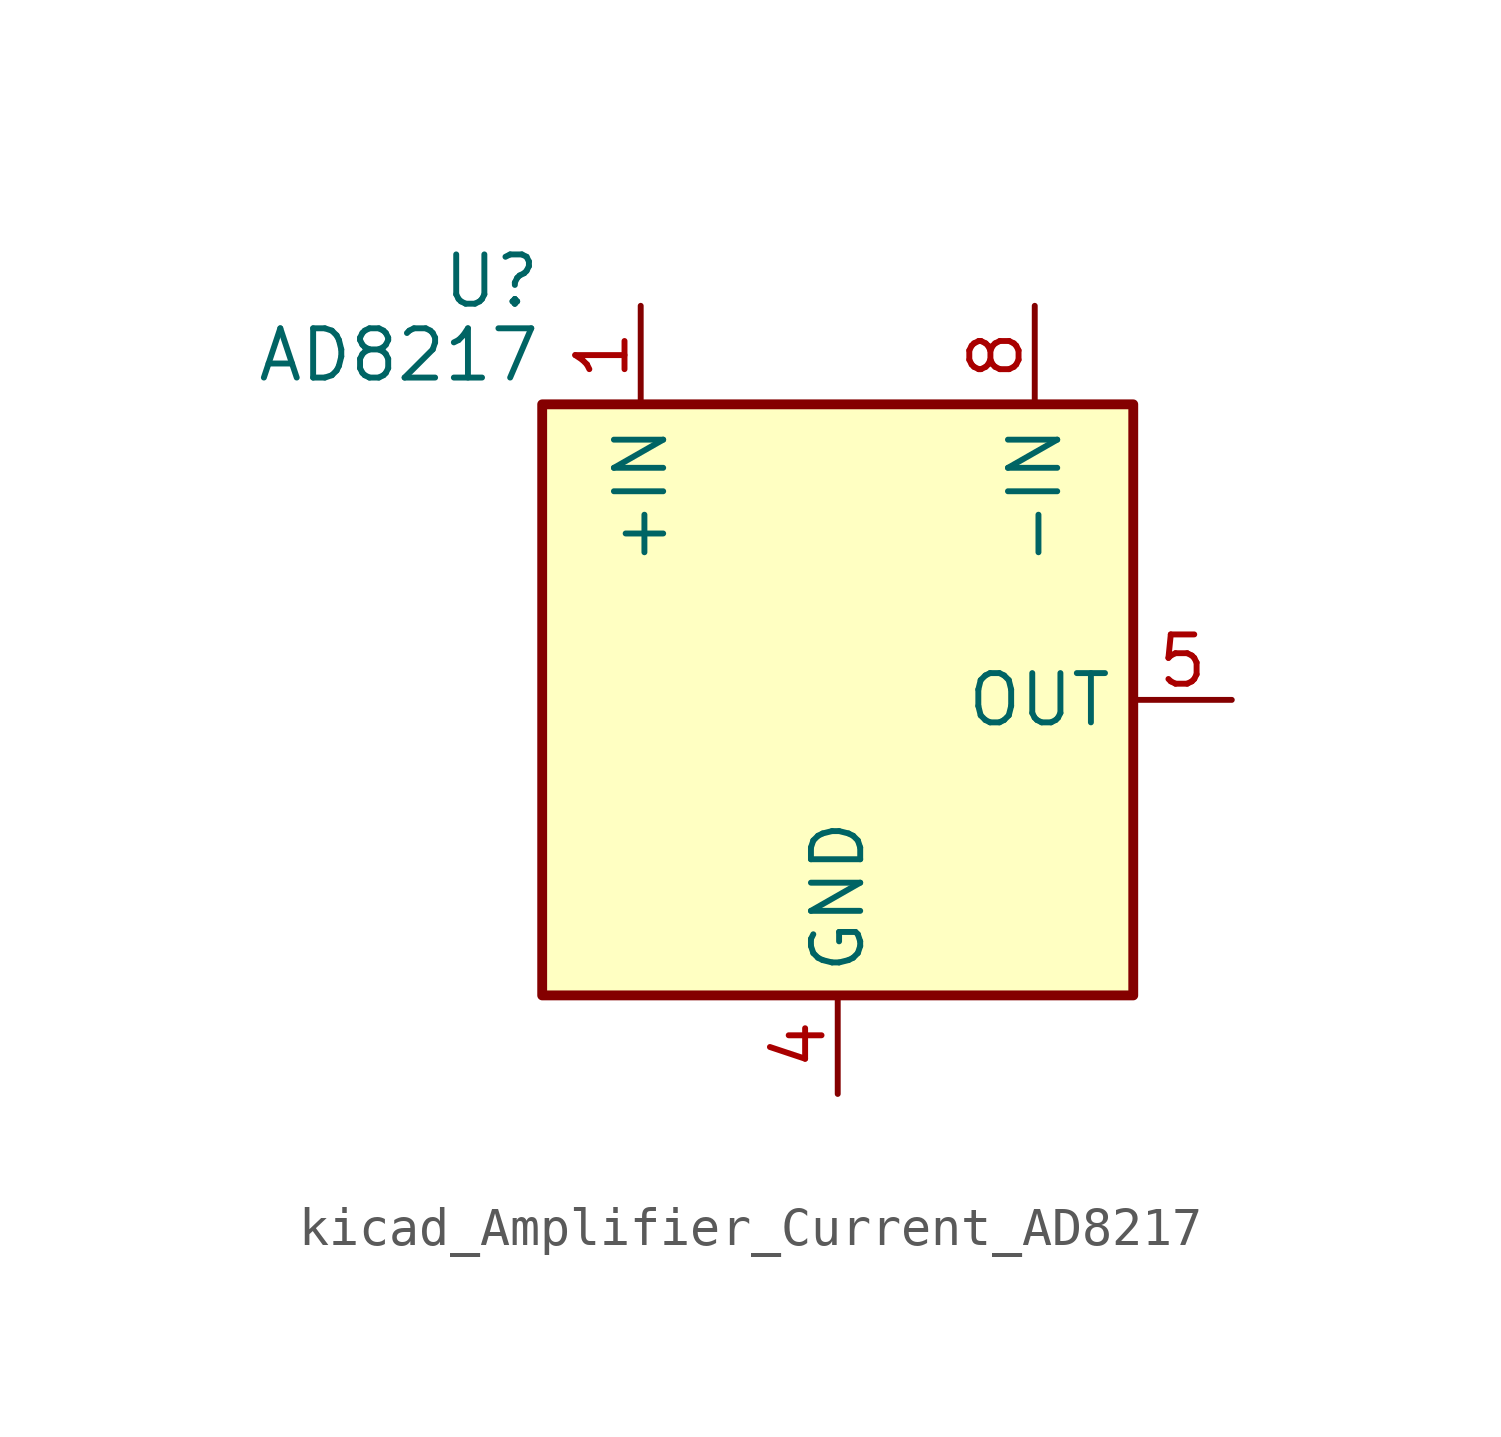
<source format=kicad_sym>
(kicad_symbol_lib
  (version 20220914)
  (generator kicad_symbol_editor)
  (symbol "kicad_Amplifier_Current_AD8217"
    (property "Reference" "U"
      (at -7.62 10.795 0)
      (effects (font (size 1.27 1.27)) (justify right)))
    (property "Value" "AD8217"
      (at -7.62 8.89 0)
      (effects (font (size 1.27 1.27)) (justify right)))
    (symbol "kicad_Amplifier_Current_AD8217_0_1"
      (rectangle (start -7.62 7.62) (end 7.62 -7.62) (stroke (width 0.254) (type default)) (fill (type background))))
    (symbol "kicad_Amplifier_Current_AD8217_1_1"
      (pin power_in line (at -5.08 10.16 270) (length 2.54) (name "+IN" (effects (font (size 1.27 1.27)))) (number "1" (effects (font (size 1.27 1.27)))))
      (pin no_connect line (at -5.08 -7.62 90) (length 2.54) hide (name "NC" (effects (font (size 1.27 1.27)))) (number "2" (effects (font (size 1.27 1.27)))))
      (pin no_connect line (at -2.54 -7.62 90) (length 2.54) hide (name "NC" (effects (font (size 1.27 1.27)))) (number "3" (effects (font (size 1.27 1.27)))))
      (pin power_in line (at 0 -10.16 90) (length 2.54) (name "GND" (effects (font (size 1.27 1.27)))) (number "4" (effects (font (size 1.27 1.27)))))
      (pin output line (at 10.16 0 180) (length 2.54) (name "OUT" (effects (font (size 1.27 1.27)))) (number "5" (effects (font (size 1.27 1.27)))))
      (pin no_connect line (at 2.54 -7.62 90) (length 2.54) hide (name "NC" (effects (font (size 1.27 1.27)))) (number "6" (effects (font (size 1.27 1.27)))))
      (pin no_connect line (at 5.08 -7.62 90) (length 2.54) hide (name "NC" (effects (font (size 1.27 1.27)))) (number "7" (effects (font (size 1.27 1.27)))))
      (pin input line (at 5.08 10.16 270) (length 2.54) (name "-IN" (effects (font (size 1.27 1.27)))) (number "8" (effects (font (size 1.27 1.27))))))))
</source>
